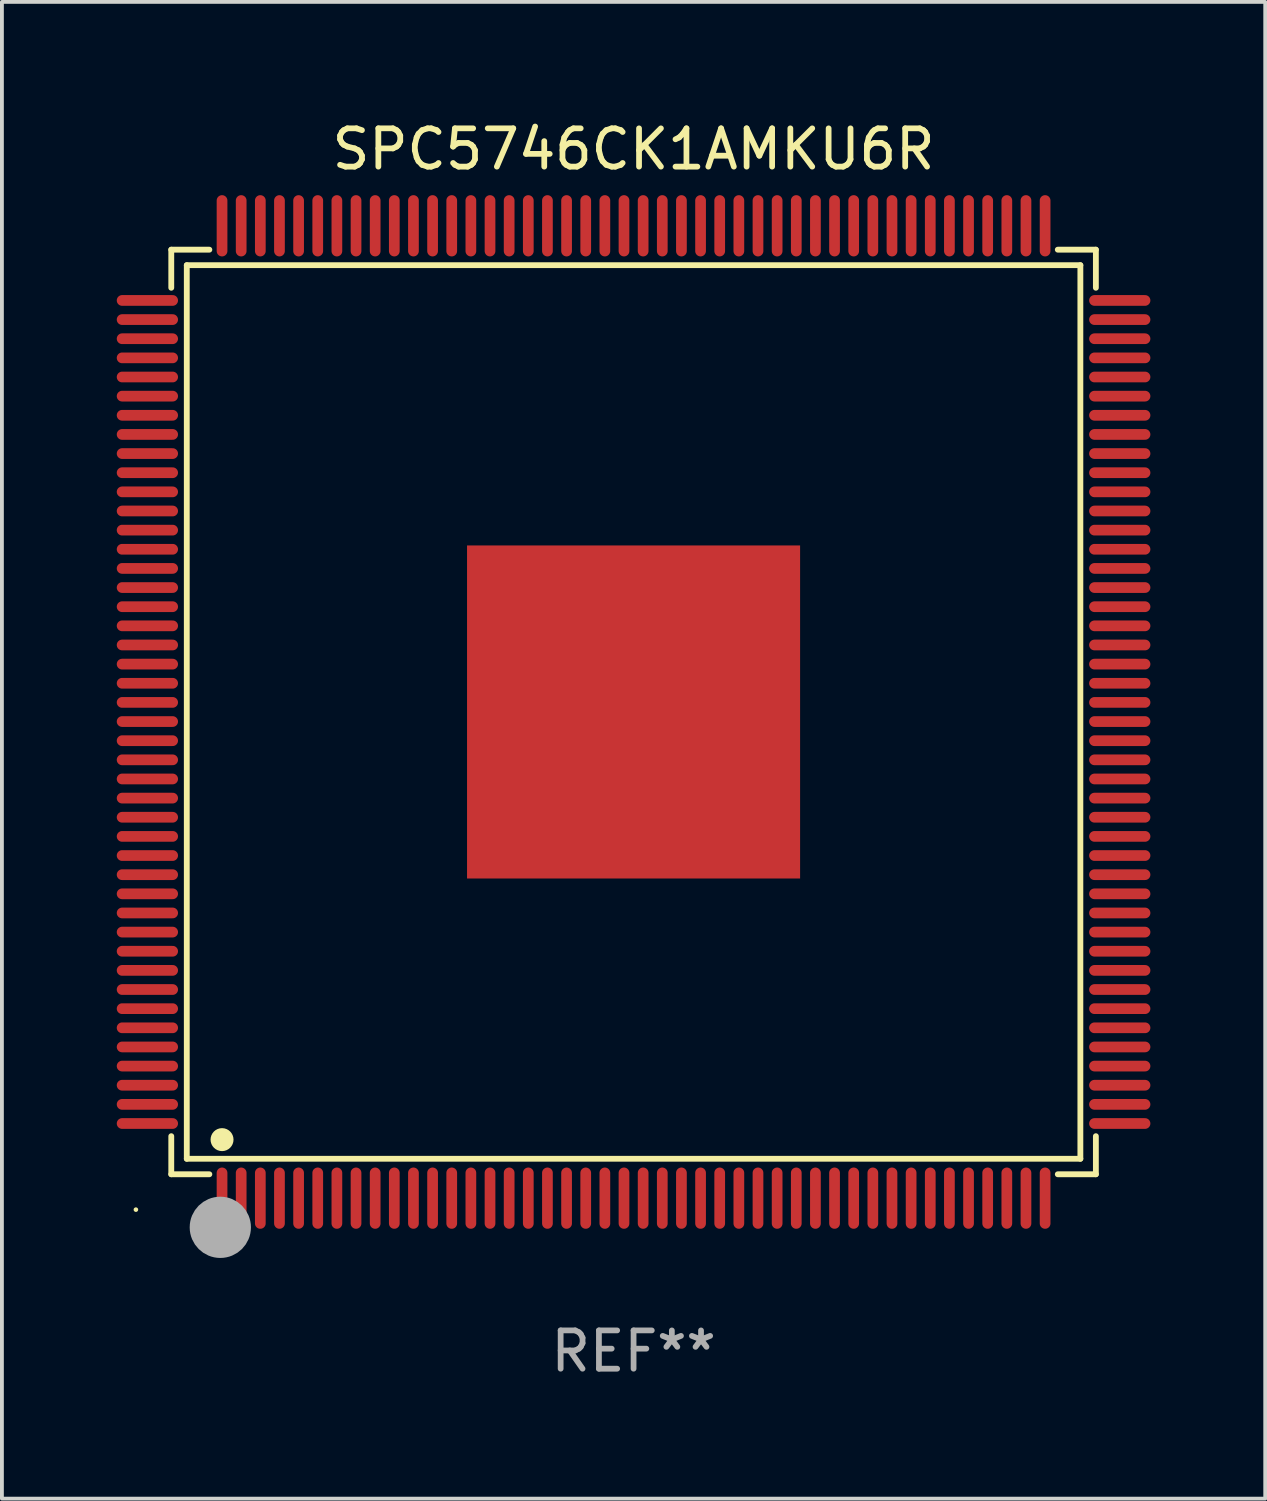
<source format=kicad_pcb>
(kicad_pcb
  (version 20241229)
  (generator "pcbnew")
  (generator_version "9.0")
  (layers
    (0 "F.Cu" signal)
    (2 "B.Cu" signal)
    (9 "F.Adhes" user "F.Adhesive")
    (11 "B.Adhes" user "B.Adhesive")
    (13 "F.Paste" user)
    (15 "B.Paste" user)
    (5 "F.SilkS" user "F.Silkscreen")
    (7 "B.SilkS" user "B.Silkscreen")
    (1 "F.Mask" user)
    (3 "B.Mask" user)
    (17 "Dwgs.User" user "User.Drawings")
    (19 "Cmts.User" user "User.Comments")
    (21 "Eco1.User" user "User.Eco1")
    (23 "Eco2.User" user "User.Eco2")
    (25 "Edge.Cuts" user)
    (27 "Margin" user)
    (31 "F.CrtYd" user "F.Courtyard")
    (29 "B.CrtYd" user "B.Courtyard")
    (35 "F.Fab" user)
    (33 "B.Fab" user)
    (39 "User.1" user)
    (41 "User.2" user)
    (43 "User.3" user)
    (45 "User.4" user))
  (footprint "SPC5746CK1AMKU6R"
    (layer "F.Cu")
    (at 13.5 15.548)
    (property "Reference" "SPC5746CK1AMKU6R" (at 0 -14.7 0) (layer "F.SilkS") (effects (font (size 1 1) (thickness 0.15))))
    (attr through_hole)
    (fp_line (start -12.076 -12.076) (end -11.081 -12.076) (stroke (width 0.152) (type solid)) (layer "F.SilkS"))
    (fp_line (start -12.076 -11.081) (end -12.076 -12.076) (stroke (width 0.152) (type solid)) (layer "F.SilkS"))
    (fp_line (start -12.076 11.081) (end -12.076 12.076) (stroke (width 0.152) (type solid)) (layer "F.SilkS"))
    (fp_line (start -12.076 12.076) (end -11.081 12.076) (stroke (width 0.152) (type solid)) (layer "F.SilkS"))
    (fp_line (start -11.671 -11.671) (end 11.671 -11.671) (stroke (width 0.152) (type solid)) (layer "F.SilkS"))
    (fp_line (start -11.671 11.671) (end -11.671 -11.671) (stroke (width 0.152) (type solid)) (layer "F.SilkS"))
    (fp_line (start 11.671 -11.671) (end 11.671 11.671) (stroke (width 0.152) (type solid)) (layer "F.SilkS"))
    (fp_line (start 11.671 11.671) (end -11.671 11.671) (stroke (width 0.152) (type solid)) (layer "F.SilkS"))
    (fp_line (start 12.076 -12.076) (end 11.081 -12.076) (stroke (width 0.152) (type solid)) (layer "F.SilkS"))
    (fp_line (start 12.076 -11.081) (end 12.076 -12.076) (stroke (width 0.152) (type solid)) (layer "F.SilkS"))
    (fp_line (start 12.076 11.081) (end 12.076 12.076) (stroke (width 0.152) (type solid)) (layer "F.SilkS"))
    (fp_line (start 12.076 12.076) (end 11.081 12.076) (stroke (width 0.152) (type solid)) (layer "F.SilkS"))
    (fp_circle (center -13 13) (end -12.97 13) (stroke (width 0.06) (type solid)) (fill no) (layer "F.SilkS"))
    (fp_circle (center -10.75 11.171) (end -10.6 11.171) (stroke (width 0.3) (type solid)) (fill no) (layer "F.SilkS"))
    (fp_circle (center -10.75 13.8) (end -10.65 13.8) (stroke (width 0.2) (type solid)) (fill no) (layer "F.SilkS"))
    (fp_circle (center -10.795 13.462) (end -10.395 13.462) (stroke (width 0.8) (type solid)) (fill no) (layer "F.Fab"))
    (fp_text user "REF**" (at 0 16.7 0) (layer "F.Fab") (effects (font (size 1 1) (thickness 0.15))))
    (pad "1" smd oval (at -10.75 12.7) (size 0.28 1.6) (layers "F.Cu" "F.Mask" "F.Paste"))
    (pad "2" smd oval (at -10.25 12.7) (size 0.28 1.6) (layers "F.Cu" "F.Mask" "F.Paste"))
    (pad "3" smd oval (at -9.75 12.7) (size 0.28 1.6) (layers "F.Cu" "F.Mask" "F.Paste"))
    (pad "4" smd oval (at -9.25 12.7) (size 0.28 1.6) (layers "F.Cu" "F.Mask" "F.Paste"))
    (pad "5" smd oval (at -8.75 12.7) (size 0.28 1.6) (layers "F.Cu" "F.Mask" "F.Paste"))
    (pad "6" smd oval (at -8.25 12.7) (size 0.28 1.6) (layers "F.Cu" "F.Mask" "F.Paste"))
    (pad "7" smd oval (at -7.75 12.7) (size 0.28 1.6) (layers "F.Cu" "F.Mask" "F.Paste"))
    (pad "8" smd oval (at -7.25 12.7) (size 0.28 1.6) (layers "F.Cu" "F.Mask" "F.Paste"))
    (pad "9" smd oval (at -6.75 12.7) (size 0.28 1.6) (layers "F.Cu" "F.Mask" "F.Paste"))
    (pad "10" smd oval (at -6.25 12.7) (size 0.28 1.6) (layers "F.Cu" "F.Mask" "F.Paste"))
    (pad "11" smd oval (at -5.75 12.7) (size 0.28 1.6) (layers "F.Cu" "F.Mask" "F.Paste"))
    (pad "12" smd oval (at -5.25 12.7) (size 0.28 1.6) (layers "F.Cu" "F.Mask" "F.Paste"))
    (pad "13" smd oval (at -4.75 12.7) (size 0.28 1.6) (layers "F.Cu" "F.Mask" "F.Paste"))
    (pad "14" smd oval (at -4.25 12.7) (size 0.28 1.6) (layers "F.Cu" "F.Mask" "F.Paste"))
    (pad "15" smd oval (at -3.75 12.7) (size 0.28 1.6) (layers "F.Cu" "F.Mask" "F.Paste"))
    (pad "16" smd oval (at -3.25 12.7) (size 0.28 1.6) (layers "F.Cu" "F.Mask" "F.Paste"))
    (pad "17" smd oval (at -2.75 12.7) (size 0.28 1.6) (layers "F.Cu" "F.Mask" "F.Paste"))
    (pad "18" smd oval (at -2.25 12.7) (size 0.28 1.6) (layers "F.Cu" "F.Mask" "F.Paste"))
    (pad "19" smd oval (at -1.75 12.7) (size 0.28 1.6) (layers "F.Cu" "F.Mask" "F.Paste"))
    (pad "20" smd oval (at -1.25 12.7) (size 0.28 1.6) (layers "F.Cu" "F.Mask" "F.Paste"))
    (pad "21" smd oval (at -0.75 12.7) (size 0.28 1.6) (layers "F.Cu" "F.Mask" "F.Paste"))
    (pad "22" smd oval (at -0.25 12.7) (size 0.28 1.6) (layers "F.Cu" "F.Mask" "F.Paste"))
    (pad "23" smd oval (at 0.25 12.7) (size 0.28 1.6) (layers "F.Cu" "F.Mask" "F.Paste"))
    (pad "24" smd oval (at 0.75 12.7) (size 0.28 1.6) (layers "F.Cu" "F.Mask" "F.Paste"))
    (pad "25" smd oval (at 1.25 12.7) (size 0.28 1.6) (layers "F.Cu" "F.Mask" "F.Paste"))
    (pad "26" smd oval (at 1.75 12.7) (size 0.28 1.6) (layers "F.Cu" "F.Mask" "F.Paste"))
    (pad "27" smd oval (at 2.25 12.7) (size 0.28 1.6) (layers "F.Cu" "F.Mask" "F.Paste"))
    (pad "28" smd oval (at 2.75 12.7) (size 0.28 1.6) (layers "F.Cu" "F.Mask" "F.Paste"))
    (pad "29" smd oval (at 3.25 12.7) (size 0.28 1.6) (layers "F.Cu" "F.Mask" "F.Paste"))
    (pad "30" smd oval (at 3.75 12.7) (size 0.28 1.6) (layers "F.Cu" "F.Mask" "F.Paste"))
    (pad "31" smd oval (at 4.25 12.7) (size 0.28 1.6) (layers "F.Cu" "F.Mask" "F.Paste"))
    (pad "32" smd oval (at 4.75 12.7) (size 0.28 1.6) (layers "F.Cu" "F.Mask" "F.Paste"))
    (pad "33" smd oval (at 5.25 12.7) (size 0.28 1.6) (layers "F.Cu" "F.Mask" "F.Paste"))
    (pad "34" smd oval (at 5.75 12.7) (size 0.28 1.6) (layers "F.Cu" "F.Mask" "F.Paste"))
    (pad "35" smd oval (at 6.25 12.7) (size 0.28 1.6) (layers "F.Cu" "F.Mask" "F.Paste"))
    (pad "36" smd oval (at 6.75 12.7) (size 0.28 1.6) (layers "F.Cu" "F.Mask" "F.Paste"))
    (pad "37" smd oval (at 7.25 12.7) (size 0.28 1.6) (layers "F.Cu" "F.Mask" "F.Paste"))
    (pad "38" smd oval (at 7.75 12.7) (size 0.28 1.6) (layers "F.Cu" "F.Mask" "F.Paste"))
    (pad "39" smd oval (at 8.25 12.7) (size 0.28 1.6) (layers "F.Cu" "F.Mask" "F.Paste"))
    (pad "40" smd oval (at 8.75 12.7) (size 0.28 1.6) (layers "F.Cu" "F.Mask" "F.Paste"))
    (pad "41" smd oval (at 9.25 12.7) (size 0.28 1.6) (layers "F.Cu" "F.Mask" "F.Paste"))
    (pad "42" smd oval (at 9.75 12.7) (size 0.28 1.6) (layers "F.Cu" "F.Mask" "F.Paste"))
    (pad "43" smd oval (at 10.25 12.7) (size 0.28 1.6) (layers "F.Cu" "F.Mask" "F.Paste"))
    (pad "44" smd oval (at 10.75 12.7) (size 0.28 1.6) (layers "F.Cu" "F.Mask" "F.Paste"))
    (pad "45" smd oval (at 12.7 10.75) (size 1.6 0.28) (layers "F.Cu" "F.Mask" "F.Paste"))
    (pad "46" smd oval (at 12.7 10.25) (size 1.6 0.28) (layers "F.Cu" "F.Mask" "F.Paste"))
    (pad "47" smd oval (at 12.7 9.75) (size 1.6 0.28) (layers "F.Cu" "F.Mask" "F.Paste"))
    (pad "48" smd oval (at 12.7 9.25) (size 1.6 0.28) (layers "F.Cu" "F.Mask" "F.Paste"))
    (pad "49" smd oval (at 12.7 8.75) (size 1.6 0.28) (layers "F.Cu" "F.Mask" "F.Paste"))
    (pad "50" smd oval (at 12.7 8.25) (size 1.6 0.28) (layers "F.Cu" "F.Mask" "F.Paste"))
    (pad "51" smd oval (at 12.7 7.75) (size 1.6 0.28) (layers "F.Cu" "F.Mask" "F.Paste"))
    (pad "52" smd oval (at 12.7 7.25) (size 1.6 0.28) (layers "F.Cu" "F.Mask" "F.Paste"))
    (pad "53" smd oval (at 12.7 6.75) (size 1.6 0.28) (layers "F.Cu" "F.Mask" "F.Paste"))
    (pad "54" smd oval (at 12.7 6.25) (size 1.6 0.28) (layers "F.Cu" "F.Mask" "F.Paste"))
    (pad "55" smd oval (at 12.7 5.75) (size 1.6 0.28) (layers "F.Cu" "F.Mask" "F.Paste"))
    (pad "56" smd oval (at 12.7 5.25) (size 1.6 0.28) (layers "F.Cu" "F.Mask" "F.Paste"))
    (pad "57" smd oval (at 12.7 4.75) (size 1.6 0.28) (layers "F.Cu" "F.Mask" "F.Paste"))
    (pad "58" smd oval (at 12.7 4.25) (size 1.6 0.28) (layers "F.Cu" "F.Mask" "F.Paste"))
    (pad "59" smd oval (at 12.7 3.75) (size 1.6 0.28) (layers "F.Cu" "F.Mask" "F.Paste"))
    (pad "60" smd oval (at 12.7 3.25) (size 1.6 0.28) (layers "F.Cu" "F.Mask" "F.Paste"))
    (pad "61" smd oval (at 12.7 2.75) (size 1.6 0.28) (layers "F.Cu" "F.Mask" "F.Paste"))
    (pad "62" smd oval (at 12.7 2.25) (size 1.6 0.28) (layers "F.Cu" "F.Mask" "F.Paste"))
    (pad "63" smd oval (at 12.7 1.75) (size 1.6 0.28) (layers "F.Cu" "F.Mask" "F.Paste"))
    (pad "64" smd oval (at 12.7 1.25) (size 1.6 0.28) (layers "F.Cu" "F.Mask" "F.Paste"))
    (pad "65" smd oval (at 12.7 0.75) (size 1.6 0.28) (layers "F.Cu" "F.Mask" "F.Paste"))
    (pad "66" smd oval (at 12.7 0.25) (size 1.6 0.28) (layers "F.Cu" "F.Mask" "F.Paste"))
    (pad "67" smd oval (at 12.7 -0.25) (size 1.6 0.28) (layers "F.Cu" "F.Mask" "F.Paste"))
    (pad "68" smd oval (at 12.7 -0.75) (size 1.6 0.28) (layers "F.Cu" "F.Mask" "F.Paste"))
    (pad "69" smd oval (at 12.7 -1.25) (size 1.6 0.28) (layers "F.Cu" "F.Mask" "F.Paste"))
    (pad "70" smd oval (at 12.7 -1.75) (size 1.6 0.28) (layers "F.Cu" "F.Mask" "F.Paste"))
    (pad "71" smd oval (at 12.7 -2.25) (size 1.6 0.28) (layers "F.Cu" "F.Mask" "F.Paste"))
    (pad "72" smd oval (at 12.7 -2.75) (size 1.6 0.28) (layers "F.Cu" "F.Mask" "F.Paste"))
    (pad "73" smd oval (at 12.7 -3.25) (size 1.6 0.28) (layers "F.Cu" "F.Mask" "F.Paste"))
    (pad "74" smd oval (at 12.7 -3.75) (size 1.6 0.28) (layers "F.Cu" "F.Mask" "F.Paste"))
    (pad "75" smd oval (at 12.7 -4.25) (size 1.6 0.28) (layers "F.Cu" "F.Mask" "F.Paste"))
    (pad "76" smd oval (at 12.7 -4.75) (size 1.6 0.28) (layers "F.Cu" "F.Mask" "F.Paste"))
    (pad "77" smd oval (at 12.7 -5.25) (size 1.6 0.28) (layers "F.Cu" "F.Mask" "F.Paste"))
    (pad "78" smd oval (at 12.7 -5.75) (size 1.6 0.28) (layers "F.Cu" "F.Mask" "F.Paste"))
    (pad "79" smd oval (at 12.7 -6.25) (size 1.6 0.28) (layers "F.Cu" "F.Mask" "F.Paste"))
    (pad "80" smd oval (at 12.7 -6.75) (size 1.6 0.28) (layers "F.Cu" "F.Mask" "F.Paste"))
    (pad "81" smd oval (at 12.7 -7.25) (size 1.6 0.28) (layers "F.Cu" "F.Mask" "F.Paste"))
    (pad "82" smd oval (at 12.7 -7.75) (size 1.6 0.28) (layers "F.Cu" "F.Mask" "F.Paste"))
    (pad "83" smd oval (at 12.7 -8.25) (size 1.6 0.28) (layers "F.Cu" "F.Mask" "F.Paste"))
    (pad "84" smd oval (at 12.7 -8.75) (size 1.6 0.28) (layers "F.Cu" "F.Mask" "F.Paste"))
    (pad "85" smd oval (at 12.7 -9.25) (size 1.6 0.28) (layers "F.Cu" "F.Mask" "F.Paste"))
    (pad "86" smd oval (at 12.7 -9.75) (size 1.6 0.28) (layers "F.Cu" "F.Mask" "F.Paste"))
    (pad "87" smd oval (at 12.7 -10.25) (size 1.6 0.28) (layers "F.Cu" "F.Mask" "F.Paste"))
    (pad "88" smd oval (at 12.7 -10.75) (size 1.6 0.28) (layers "F.Cu" "F.Mask" "F.Paste"))
    (pad "89" smd oval (at 10.75 -12.7) (size 0.28 1.6) (layers "F.Cu" "F.Mask" "F.Paste"))
    (pad "90" smd oval (at 10.25 -12.7) (size 0.28 1.6) (layers "F.Cu" "F.Mask" "F.Paste"))
    (pad "91" smd oval (at 9.75 -12.7) (size 0.28 1.6) (layers "F.Cu" "F.Mask" "F.Paste"))
    (pad "92" smd oval (at 9.25 -12.7) (size 0.28 1.6) (layers "F.Cu" "F.Mask" "F.Paste"))
    (pad "93" smd oval (at 8.75 -12.7) (size 0.28 1.6) (layers "F.Cu" "F.Mask" "F.Paste"))
    (pad "94" smd oval (at 8.25 -12.7) (size 0.28 1.6) (layers "F.Cu" "F.Mask" "F.Paste"))
    (pad "95" smd oval (at 7.75 -12.7) (size 0.28 1.6) (layers "F.Cu" "F.Mask" "F.Paste"))
    (pad "96" smd oval (at 7.25 -12.7) (size 0.28 1.6) (layers "F.Cu" "F.Mask" "F.Paste"))
    (pad "97" smd oval (at 6.75 -12.7) (size 0.28 1.6) (layers "F.Cu" "F.Mask" "F.Paste"))
    (pad "98" smd oval (at 6.25 -12.7) (size 0.28 1.6) (layers "F.Cu" "F.Mask" "F.Paste"))
    (pad "99" smd oval (at 5.75 -12.7) (size 0.28 1.6) (layers "F.Cu" "F.Mask" "F.Paste"))
    (pad "100" smd oval (at 5.25 -12.7) (size 0.28 1.6) (layers "F.Cu" "F.Mask" "F.Paste"))
    (pad "101" smd oval (at 4.75 -12.7) (size 0.28 1.6) (layers "F.Cu" "F.Mask" "F.Paste"))
    (pad "102" smd oval (at 4.25 -12.7) (size 0.28 1.6) (layers "F.Cu" "F.Mask" "F.Paste"))
    (pad "103" smd oval (at 3.75 -12.7) (size 0.28 1.6) (layers "F.Cu" "F.Mask" "F.Paste"))
    (pad "104" smd oval (at 3.25 -12.7) (size 0.28 1.6) (layers "F.Cu" "F.Mask" "F.Paste"))
    (pad "105" smd oval (at 2.75 -12.7) (size 0.28 1.6) (layers "F.Cu" "F.Mask" "F.Paste"))
    (pad "106" smd oval (at 2.25 -12.7) (size 0.28 1.6) (layers "F.Cu" "F.Mask" "F.Paste"))
    (pad "107" smd oval (at 1.75 -12.7) (size 0.28 1.6) (layers "F.Cu" "F.Mask" "F.Paste"))
    (pad "108" smd oval (at 1.25 -12.7) (size 0.28 1.6) (layers "F.Cu" "F.Mask" "F.Paste"))
    (pad "109" smd oval (at 0.75 -12.7) (size 0.28 1.6) (layers "F.Cu" "F.Mask" "F.Paste"))
    (pad "110" smd oval (at 0.25 -12.7) (size 0.28 1.6) (layers "F.Cu" "F.Mask" "F.Paste"))
    (pad "111" smd oval (at -0.25 -12.7) (size 0.28 1.6) (layers "F.Cu" "F.Mask" "F.Paste"))
    (pad "112" smd oval (at -0.75 -12.7) (size 0.28 1.6) (layers "F.Cu" "F.Mask" "F.Paste"))
    (pad "113" smd oval (at -1.25 -12.7) (size 0.28 1.6) (layers "F.Cu" "F.Mask" "F.Paste"))
    (pad "114" smd oval (at -1.75 -12.7) (size 0.28 1.6) (layers "F.Cu" "F.Mask" "F.Paste"))
    (pad "115" smd oval (at -2.25 -12.7) (size 0.28 1.6) (layers "F.Cu" "F.Mask" "F.Paste"))
    (pad "116" smd oval (at -2.75 -12.7) (size 0.28 1.6) (layers "F.Cu" "F.Mask" "F.Paste"))
    (pad "117" smd oval (at -3.25 -12.7) (size 0.28 1.6) (layers "F.Cu" "F.Mask" "F.Paste"))
    (pad "118" smd oval (at -3.75 -12.7) (size 0.28 1.6) (layers "F.Cu" "F.Mask" "F.Paste"))
    (pad "119" smd oval (at -4.25 -12.7) (size 0.28 1.6) (layers "F.Cu" "F.Mask" "F.Paste"))
    (pad "120" smd oval (at -4.75 -12.7) (size 0.28 1.6) (layers "F.Cu" "F.Mask" "F.Paste"))
    (pad "121" smd oval (at -5.25 -12.7) (size 0.28 1.6) (layers "F.Cu" "F.Mask" "F.Paste"))
    (pad "122" smd oval (at -5.75 -12.7) (size 0.28 1.6) (layers "F.Cu" "F.Mask" "F.Paste"))
    (pad "123" smd oval (at -6.25 -12.7) (size 0.28 1.6) (layers "F.Cu" "F.Mask" "F.Paste"))
    (pad "124" smd oval (at -6.75 -12.7) (size 0.28 1.6) (layers "F.Cu" "F.Mask" "F.Paste"))
    (pad "125" smd oval (at -7.25 -12.7) (size 0.28 1.6) (layers "F.Cu" "F.Mask" "F.Paste"))
    (pad "126" smd oval (at -7.75 -12.7) (size 0.28 1.6) (layers "F.Cu" "F.Mask" "F.Paste"))
    (pad "127" smd oval (at -8.25 -12.7) (size 0.28 1.6) (layers "F.Cu" "F.Mask" "F.Paste"))
    (pad "128" smd oval (at -8.75 -12.7) (size 0.28 1.6) (layers "F.Cu" "F.Mask" "F.Paste"))
    (pad "129" smd oval (at -9.25 -12.7) (size 0.28 1.6) (layers "F.Cu" "F.Mask" "F.Paste"))
    (pad "130" smd oval (at -9.75 -12.7) (size 0.28 1.6) (layers "F.Cu" "F.Mask" "F.Paste"))
    (pad "131" smd oval (at -10.25 -12.7) (size 0.28 1.6) (layers "F.Cu" "F.Mask" "F.Paste"))
    (pad "132" smd oval (at -10.75 -12.7) (size 0.28 1.6) (layers "F.Cu" "F.Mask" "F.Paste"))
    (pad "133" smd oval (at -12.7 -10.75) (size 1.6 0.28) (layers "F.Cu" "F.Mask" "F.Paste"))
    (pad "134" smd oval (at -12.7 -10.25) (size 1.6 0.28) (layers "F.Cu" "F.Mask" "F.Paste"))
    (pad "135" smd oval (at -12.7 -9.75) (size 1.6 0.28) (layers "F.Cu" "F.Mask" "F.Paste"))
    (pad "136" smd oval (at -12.7 -9.25) (size 1.6 0.28) (layers "F.Cu" "F.Mask" "F.Paste"))
    (pad "137" smd oval (at -12.7 -8.75) (size 1.6 0.28) (layers "F.Cu" "F.Mask" "F.Paste"))
    (pad "138" smd oval (at -12.7 -8.25) (size 1.6 0.28) (layers "F.Cu" "F.Mask" "F.Paste"))
    (pad "139" smd oval (at -12.7 -7.75) (size 1.6 0.28) (layers "F.Cu" "F.Mask" "F.Paste"))
    (pad "140" smd oval (at -12.7 -7.25) (size 1.6 0.28) (layers "F.Cu" "F.Mask" "F.Paste"))
    (pad "141" smd oval (at -12.7 -6.75) (size 1.6 0.28) (layers "F.Cu" "F.Mask" "F.Paste"))
    (pad "142" smd oval (at -12.7 -6.25) (size 1.6 0.28) (layers "F.Cu" "F.Mask" "F.Paste"))
    (pad "143" smd oval (at -12.7 -5.75) (size 1.6 0.28) (layers "F.Cu" "F.Mask" "F.Paste"))
    (pad "144" smd oval (at -12.7 -5.25) (size 1.6 0.28) (layers "F.Cu" "F.Mask" "F.Paste"))
    (pad "145" smd oval (at -12.7 -4.75) (size 1.6 0.28) (layers "F.Cu" "F.Mask" "F.Paste"))
    (pad "146" smd oval (at -12.7 -4.25) (size 1.6 0.28) (layers "F.Cu" "F.Mask" "F.Paste"))
    (pad "147" smd oval (at -12.7 -3.75) (size 1.6 0.28) (layers "F.Cu" "F.Mask" "F.Paste"))
    (pad "148" smd oval (at -12.7 -3.25) (size 1.6 0.28) (layers "F.Cu" "F.Mask" "F.Paste"))
    (pad "149" smd oval (at -12.7 -2.75) (size 1.6 0.28) (layers "F.Cu" "F.Mask" "F.Paste"))
    (pad "150" smd oval (at -12.7 -2.25) (size 1.6 0.28) (layers "F.Cu" "F.Mask" "F.Paste"))
    (pad "151" smd oval (at -12.7 -1.75) (size 1.6 0.28) (layers "F.Cu" "F.Mask" "F.Paste"))
    (pad "152" smd oval (at -12.7 -1.25) (size 1.6 0.28) (layers "F.Cu" "F.Mask" "F.Paste"))
    (pad "153" smd oval (at -12.7 -0.75) (size 1.6 0.28) (layers "F.Cu" "F.Mask" "F.Paste"))
    (pad "154" smd oval (at -12.7 -0.25) (size 1.6 0.28) (layers "F.Cu" "F.Mask" "F.Paste"))
    (pad "155" smd oval (at -12.7 0.25) (size 1.6 0.28) (layers "F.Cu" "F.Mask" "F.Paste"))
    (pad "156" smd oval (at -12.7 0.75) (size 1.6 0.28) (layers "F.Cu" "F.Mask" "F.Paste"))
    (pad "157" smd oval (at -12.7 1.25) (size 1.6 0.28) (layers "F.Cu" "F.Mask" "F.Paste"))
    (pad "158" smd oval (at -12.7 1.75) (size 1.6 0.28) (layers "F.Cu" "F.Mask" "F.Paste"))
    (pad "159" smd oval (at -12.7 2.25) (size 1.6 0.28) (layers "F.Cu" "F.Mask" "F.Paste"))
    (pad "160" smd oval (at -12.7 2.75) (size 1.6 0.28) (layers "F.Cu" "F.Mask" "F.Paste"))
    (pad "161" smd oval (at -12.7 3.25) (size 1.6 0.28) (layers "F.Cu" "F.Mask" "F.Paste"))
    (pad "162" smd oval (at -12.7 3.75) (size 1.6 0.28) (layers "F.Cu" "F.Mask" "F.Paste"))
    (pad "163" smd oval (at -12.7 4.25) (size 1.6 0.28) (layers "F.Cu" "F.Mask" "F.Paste"))
    (pad "164" smd oval (at -12.7 4.75) (size 1.6 0.28) (layers "F.Cu" "F.Mask" "F.Paste"))
    (pad "165" smd oval (at -12.7 5.25) (size 1.6 0.28) (layers "F.Cu" "F.Mask" "F.Paste"))
    (pad "166" smd oval (at -12.7 5.75) (size 1.6 0.28) (layers "F.Cu" "F.Mask" "F.Paste"))
    (pad "167" smd oval (at -12.7 6.25) (size 1.6 0.28) (layers "F.Cu" "F.Mask" "F.Paste"))
    (pad "168" smd oval (at -12.7 6.75) (size 1.6 0.28) (layers "F.Cu" "F.Mask" "F.Paste"))
    (pad "169" smd oval (at -12.7 7.25) (size 1.6 0.28) (layers "F.Cu" "F.Mask" "F.Paste"))
    (pad "170" smd oval (at -12.7 7.75) (size 1.6 0.28) (layers "F.Cu" "F.Mask" "F.Paste"))
    (pad "171" smd oval (at -12.7 8.25) (size 1.6 0.28) (layers "F.Cu" "F.Mask" "F.Paste"))
    (pad "172" smd oval (at -12.7 8.75) (size 1.6 0.28) (layers "F.Cu" "F.Mask" "F.Paste"))
    (pad "173" smd oval (at -12.7 9.25) (size 1.6 0.28) (layers "F.Cu" "F.Mask" "F.Paste"))
    (pad "174" smd oval (at -12.7 9.75) (size 1.6 0.28) (layers "F.Cu" "F.Mask" "F.Paste"))
    (pad "175" smd oval (at -12.7 10.25) (size 1.6 0.28) (layers "F.Cu" "F.Mask" "F.Paste"))
    (pad "176" smd oval (at -12.7 10.75) (size 1.6 0.28) (layers "F.Cu" "F.Mask" "F.Paste"))
    (pad "177" smd rect (at 0 0) (size 8.7 8.7) (layers "F.Cu" "F.Mask" "F.Paste")))
  (gr_rect
    (start -3 -3)
    (end 30 36.097)
    (stroke (width 0.1) (type default))
    (fill no)
    (layer "Edge.Cuts")))
</source>
